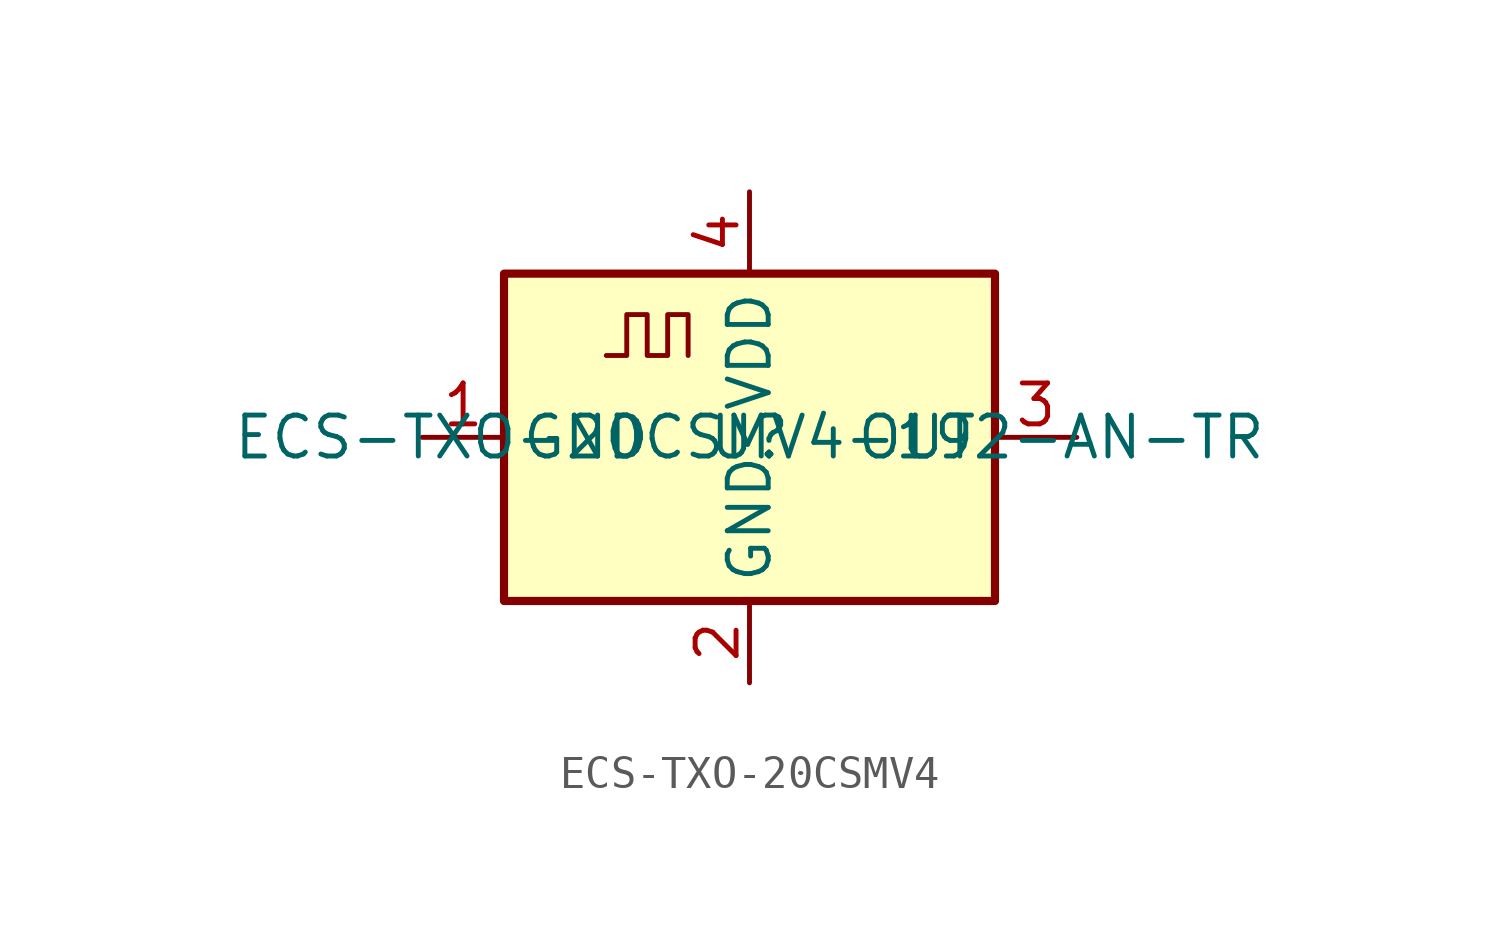
<source format=kicad_sym>
(kicad_symbol_lib
  (version 20231120)
  (generator "kicad_symbol_editor")
  (generator_version "8.0")
  (symbol "ECS-TXO-20CSMV4"
    (property "Reference" "U"
      (at 0 0 0)
      (effects (font (size 1.27 1.27))))
    (property "Value" " ECS-TXO-20CSMV4-192-AN-TR "
      (at 0 0 0)
      (effects (font (size 1.27 1.27))))
    (symbol "ECS-TXO-20CSMV4_0_1"
      (rectangle (start -7.62 5.08) (end 7.62 -5.08) (stroke (width 0.254) (type default)) (fill (type background)))
      (polyline (pts (xy -4.445 2.54) (xy -3.81 2.54) (xy -3.81 3.81) (xy -3.175 3.81) (xy -3.175 2.54) (xy -2.54 2.54) (xy -2.54 3.81) (xy -1.905 3.81) (xy -1.905 2.54)) (stroke (width 0) (type default)) (fill (type none))))
    (symbol "ECS-TXO-20CSMV4_1_1"
      (pin power_in line (at -10.16 0 0) (length 2.54) (name "GND" (effects (font (size 1.27 1.27)))) (number "1" (effects (font (size 1.27 1.27)))))
      (pin power_in line (at 0 -7.62 90) (length 2.54) (name "GND" (effects (font (size 1.27 1.27)))) (number "2" (effects (font (size 1.27 1.27)))))
      (pin output line (at 10.16 0 180) (length 2.54) (name "OUT" (effects (font (size 1.27 1.27)))) (number "3" (effects (font (size 1.27 1.27)))))
      (pin power_in line (at 0 7.62 270) (length 2.54) (name "VDD" (effects (font (size 1.27 1.27)))) (number "4" (effects (font (size 1.27 1.27))))))))
</source>
